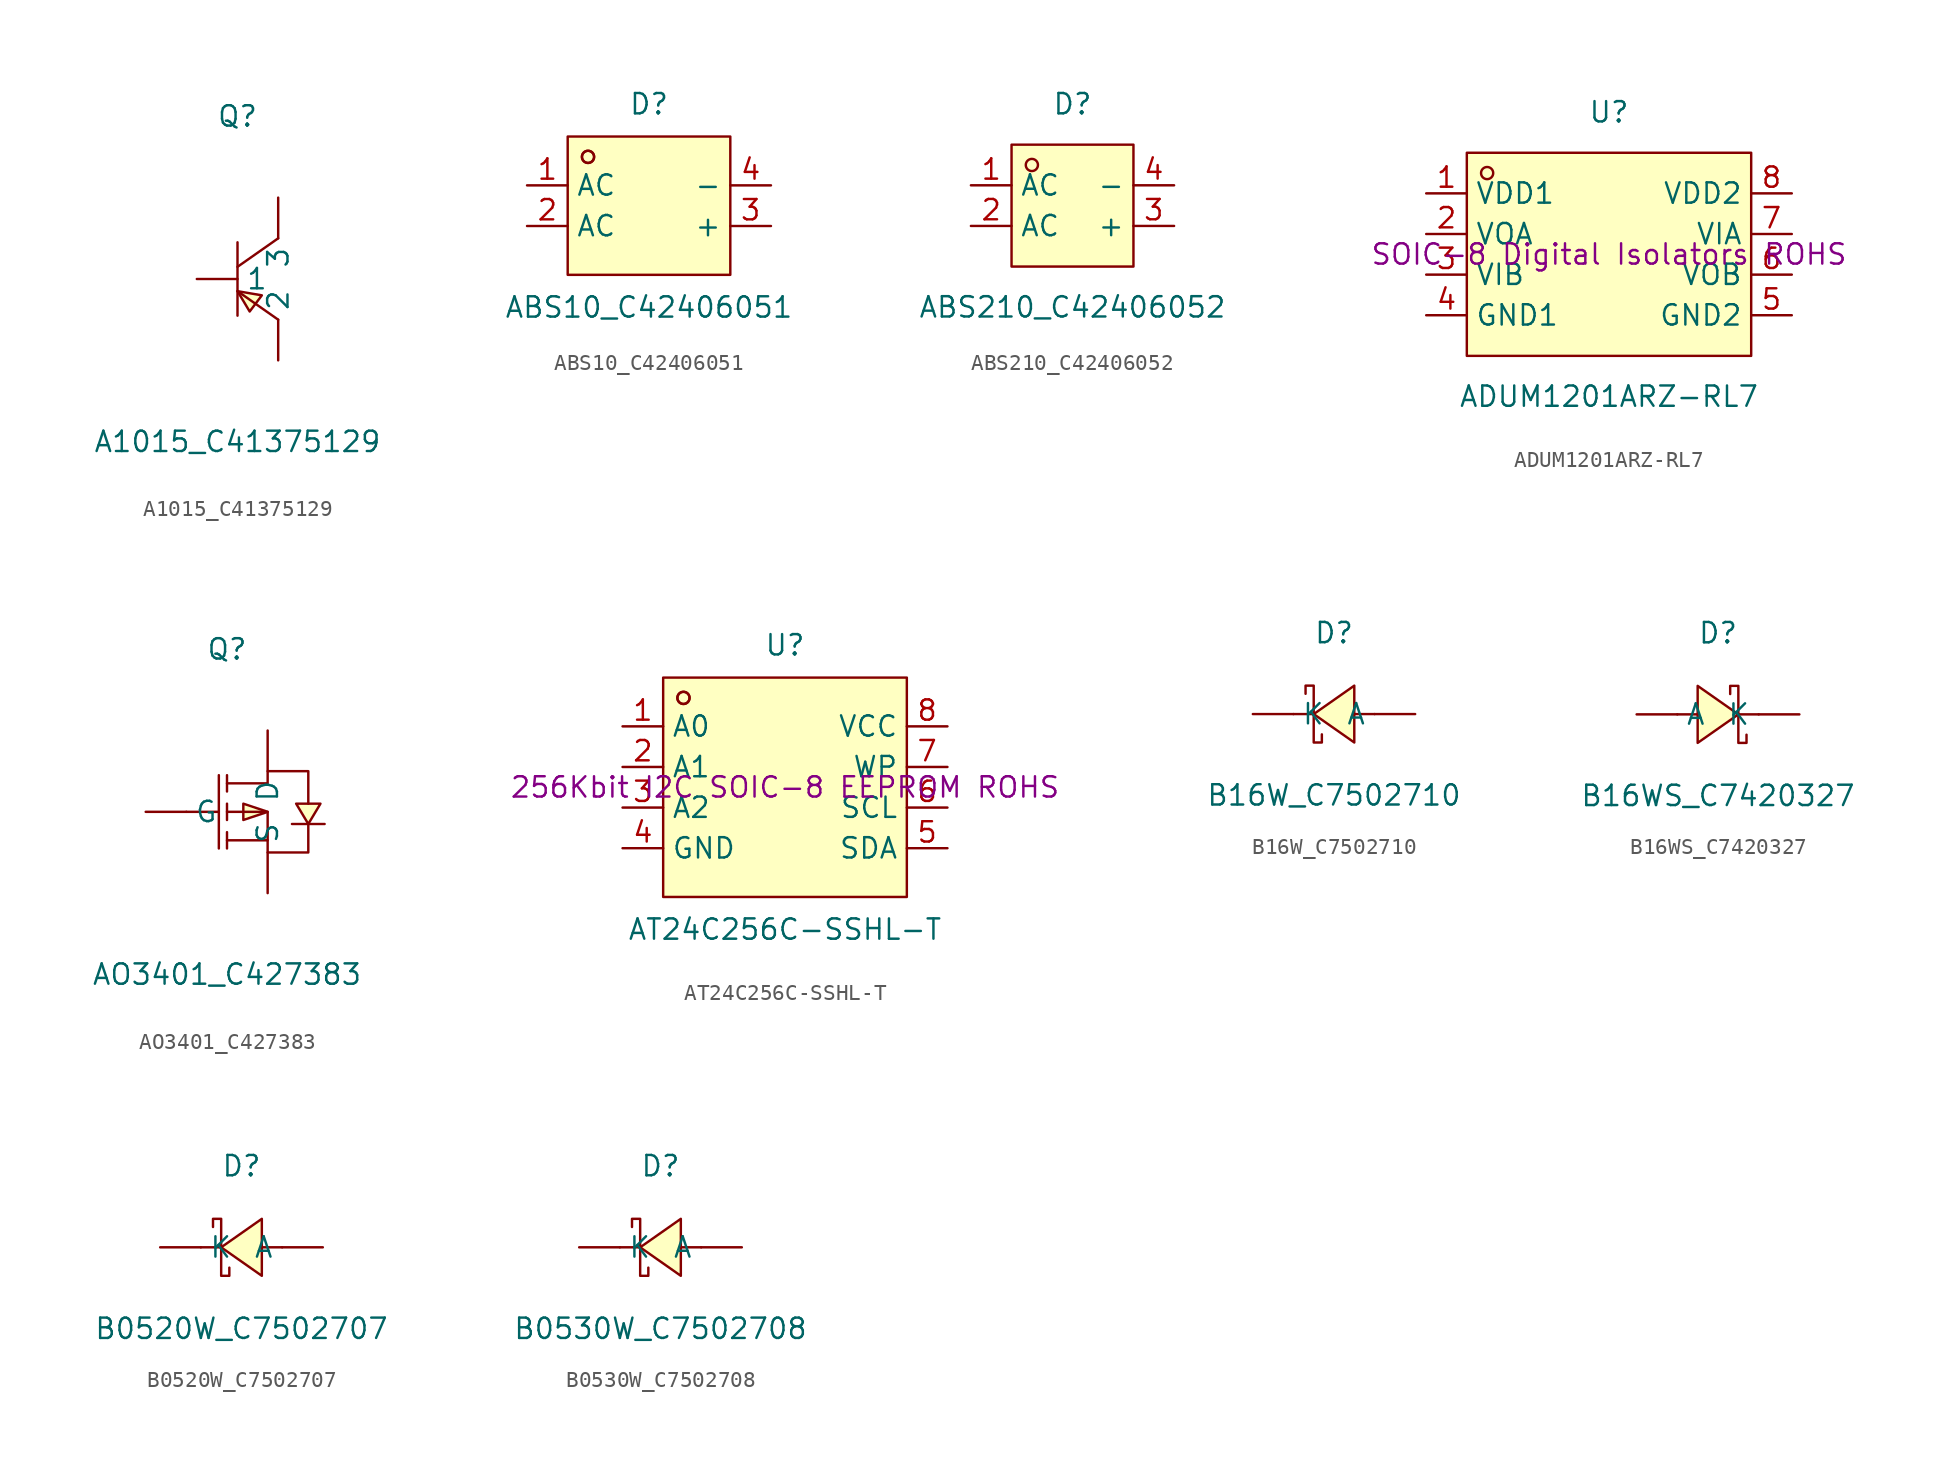
<source format=kicad_sym>
(kicad_symbol_lib
  (version 20241209)
  (generator "kicad_symbol_editor")
  (generator_version "9.0")
  (symbol "A1015_C41375129"
    (pin_numbers
      (hide yes))
    (property "Reference" "Q"
      (at 0 10.16 0)
      (effects (font (size 1.27 1.27))))
    (property "Value" "A1015_C41375129"
      (at 0 -10.16 0)
      (effects (font (size 1.27 1.27))))
    (symbol "A1015_C41375129_0_1"
      (polyline (pts (xy 0 2.29) (xy 0 -2.29)) (stroke (width 0) (type default)) (fill (type none)))
      (polyline (pts (xy 0 -0.76) (xy 2.54 -2.54)) (stroke (width 0) (type default)) (fill (type none)))
      (polyline (pts (xy 0 -0.76) (xy 0.76 -2.03) (xy 1.52 -1.02) (xy 0 -0.76)) (stroke (width 0) (type default)) (fill (type background)))
      (polyline (pts (xy 2.54 2.54) (xy 0 0.76)) (stroke (width 0) (type default)) (fill (type none)))
      (pin input line (at -2.54 0 0) (length 2.54) (name "1" (effects (font (size 1.27 1.27)))) (number "1" (effects (font (size 1.27 1.27)))))
      (pin input line (at 2.54 5.08 270) (length 2.54) (name "3" (effects (font (size 1.27 1.27)))) (number "3" (effects (font (size 1.27 1.27)))))
      (pin input line (at 2.54 -5.08 90) (length 2.54) (name "2" (effects (font (size 1.27 1.27)))) (number "2" (effects (font (size 1.27 1.27)))))))
  (symbol "ABS10_C42406051"
    (property "Reference" "D"
      (at 0 7.62 0)
      (effects (font (size 1.27 1.27))))
    (property "Value" "ABS10_C42406051"
      (at 0 -5.08 0)
      (effects (font (size 1.27 1.27))))
    (symbol "ABS10_C42406051_0_1"
      (rectangle (start -5.08 5.59) (end 5.08 -3.05) (stroke (width 0) (type default)) (fill (type background)))
      (circle (center -3.81 4.32) (radius 0.38) (stroke (width 0) (type default)) (fill (type none)))
      (circle (center -3.81 4.32) (radius 0.38) (stroke (width 0) (type default)) (fill (type none)))
      (pin unspecified line (at -7.62 2.54 0) (length 2.54) (name "AC" (effects (font (size 1.27 1.27)))) (number "1" (effects (font (size 1.27 1.27)))))
      (pin unspecified line (at -7.62 0 0) (length 2.54) (name "AC" (effects (font (size 1.27 1.27)))) (number "2" (effects (font (size 1.27 1.27)))))
      (pin unspecified line (at 7.62 2.54 180) (length 2.54) (name "-" (effects (font (size 1.27 1.27)))) (number "4" (effects (font (size 1.27 1.27)))))
      (pin unspecified line (at 7.62 0 180) (length 2.54) (name "+" (effects (font (size 1.27 1.27)))) (number "3" (effects (font (size 1.27 1.27)))))))
  (symbol "ABS210_C42406052"
    (property "Reference" "D"
      (at 0 6.35 0)
      (effects (font (size 1.27 1.27))))
    (property "Value" "ABS210_C42406052"
      (at 0 -6.35 0)
      (effects (font (size 1.27 1.27))))
    (symbol "ABS210_C42406052_0_1"
      (rectangle (start -3.81 3.81) (end 3.81 -3.81) (stroke (width 0) (type default)) (fill (type background)))
      (circle (center -2.54 2.54) (radius 0.38) (stroke (width 0) (type default)) (fill (type none)))
      (pin unspecified line (at -6.35 1.27 0) (length 2.54) (name "AC" (effects (font (size 1.27 1.27)))) (number "1" (effects (font (size 1.27 1.27)))))
      (pin unspecified line (at -6.35 -1.27 0) (length 2.54) (name "AC" (effects (font (size 1.27 1.27)))) (number "2" (effects (font (size 1.27 1.27)))))
      (pin unspecified line (at 6.35 1.27 180) (length 2.54) (name "-" (effects (font (size 1.27 1.27)))) (number "4" (effects (font (size 1.27 1.27)))))
      (pin unspecified line (at 6.35 -1.27 180) (length 2.54) (name "+" (effects (font (size 1.27 1.27)))) (number "3" (effects (font (size 1.27 1.27)))))))
  (symbol "ADUM1201ARZ-RL7"
    (property "Reference" "U"
      (at 0 8.89 0)
      (effects (font (size 1.27 1.27))))
    (property "Value" "ADUM1201ARZ-RL7"
      (at 0 -8.89 0)
      (effects (font (size 1.27 1.27))))
    (property "Description" "SOIC-8 Digital Isolators ROHS"
      (at 0 0 0)
      (effects (font (size 1.27 1.27))))
    (symbol "ADUM1201ARZ-RL7_0_1"
      (rectangle (start -8.89 6.35) (end 8.89 -6.35) (stroke (width 0) (type default)) (fill (type background)))
      (circle (center -7.62 5.08) (radius 0.38) (stroke (width 0) (type default)) (fill (type none)))
      (pin unspecified line (at -11.43 3.81 0) (length 2.54) (name "VDD1" (effects (font (size 1.27 1.27)))) (number "1" (effects (font (size 1.27 1.27)))))
      (pin unspecified line (at -11.43 1.27 0) (length 2.54) (name "VOA" (effects (font (size 1.27 1.27)))) (number "2" (effects (font (size 1.27 1.27)))))
      (pin unspecified line (at -11.43 -1.27 0) (length 2.54) (name "VIB" (effects (font (size 1.27 1.27)))) (number "3" (effects (font (size 1.27 1.27)))))
      (pin unspecified line (at -11.43 -3.81 0) (length 2.54) (name "GND1" (effects (font (size 1.27 1.27)))) (number "4" (effects (font (size 1.27 1.27)))))
      (pin unspecified line (at 11.43 3.81 180) (length 2.54) (name "VDD2" (effects (font (size 1.27 1.27)))) (number "8" (effects (font (size 1.27 1.27)))))
      (pin unspecified line (at 11.43 1.27 180) (length 2.54) (name "VIA" (effects (font (size 1.27 1.27)))) (number "7" (effects (font (size 1.27 1.27)))))
      (pin unspecified line (at 11.43 -1.27 180) (length 2.54) (name "VOB" (effects (font (size 1.27 1.27)))) (number "6" (effects (font (size 1.27 1.27)))))
      (pin unspecified line (at 11.43 -3.81 180) (length 2.54) (name "GND2" (effects (font (size 1.27 1.27)))) (number "5" (effects (font (size 1.27 1.27)))))))
  (symbol "AO3401_C427383"
    (pin_numbers
      (hide yes))
    (property "Reference" "Q"
      (at 0 10.16 0)
      (effects (font (size 1.27 1.27))))
    (property "Value" "AO3401_C427383"
      (at 0 -10.16 0)
      (effects (font (size 1.27 1.27))))
    (symbol "AO3401_C427383_0_1"
      (polyline (pts (xy -2.54 0) (xy -0.51 0)) (stroke (width 0) (type default)) (fill (type none)))
      (polyline (pts (xy -0.51 2.29) (xy -0.51 -2.29)) (stroke (width 0) (type default)) (fill (type none)))
      (polyline (pts (xy 0 2.29) (xy 0 1.27)) (stroke (width 0) (type default)) (fill (type none)))
      (polyline (pts (xy 0 1.78) (xy 2.54 1.78) (xy 2.54 2.54) (xy 5.08 2.54) (xy 5.08 0.51)) (stroke (width 0) (type default)) (fill (type none)))
      (polyline (pts (xy 0 0) (xy 2.54 0) (xy 2.54 -2.54) (xy 5.08 -2.54) (xy 5.08 -0.76)) (stroke (width 0) (type default)) (fill (type none)))
      (polyline (pts (xy 0 -0.51) (xy 0 0.51)) (stroke (width 0) (type default)) (fill (type none)))
      (polyline (pts (xy 0 -2.29) (xy 0 -1.27)) (stroke (width 0) (type default)) (fill (type none)))
      (polyline (pts (xy 2.54 0) (xy 1.02 -0.51) (xy 1.02 0.51) (xy 2.54 0)) (stroke (width 0) (type default)) (fill (type background)))
      (polyline (pts (xy 2.54 -1.78) (xy 0 -1.78)) (stroke (width 0) (type default)) (fill (type none)))
      (polyline (pts (xy 5.08 -0.76) (xy 4.32 0.51) (xy 5.84 0.51) (xy 5.08 -0.76)) (stroke (width 0) (type default)) (fill (type background)))
      (polyline (pts (xy 6.1 -0.76) (xy 5.59 -0.76) (xy 4.57 -0.76) (xy 4.06 -0.76)) (stroke (width 0) (type default)) (fill (type none)))
      (pin unspecified line (at -5.08 0 0) (length 2.54) (name "G" (effects (font (size 1.27 1.27)))) (number "1" (effects (font (size 1.27 1.27)))))
      (pin unspecified line (at 2.54 5.08 270) (length 2.54) (name "D" (effects (font (size 1.27 1.27)))) (number "3" (effects (font (size 1.27 1.27)))))
      (pin unspecified line (at 2.54 -5.08 90) (length 2.54) (name "S" (effects (font (size 1.27 1.27)))) (number "2" (effects (font (size 1.27 1.27)))))))
  (symbol "AT24C256C-SSHL-T"
    (property "Reference" "U"
      (at 0 8.89 0)
      (effects (font (size 1.27 1.27))))
    (property "Value" "AT24C256C-SSHL-T"
      (at 0 -8.89 0)
      (effects (font (size 1.27 1.27))))
    (property "Description" "256Kbit I2C SOIC-8 EEPROM ROHS"
      (at 0 0 0)
      (effects (font (size 1.27 1.27))))
    (symbol "AT24C256C-SSHL-T_0_1"
      (rectangle (start -7.62 6.86) (end 7.62 -6.86) (stroke (width 0) (type default)) (fill (type background)))
      (circle (center -6.35 5.59) (radius 0.38) (stroke (width 0) (type default)) (fill (type none)))
      (circle (center -6.35 5.59) (radius 0.38) (stroke (width 0) (type default)) (fill (type none)))
      (pin unspecified line (at -10.16 3.81 0) (length 2.54) (name "A0" (effects (font (size 1.27 1.27)))) (number "1" (effects (font (size 1.27 1.27)))))
      (pin unspecified line (at -10.16 1.27 0) (length 2.54) (name "A1" (effects (font (size 1.27 1.27)))) (number "2" (effects (font (size 1.27 1.27)))))
      (pin unspecified line (at -10.16 -1.27 0) (length 2.54) (name "A2" (effects (font (size 1.27 1.27)))) (number "3" (effects (font (size 1.27 1.27)))))
      (pin unspecified line (at -10.16 -3.81 0) (length 2.54) (name "GND" (effects (font (size 1.27 1.27)))) (number "4" (effects (font (size 1.27 1.27)))))
      (pin unspecified line (at 10.16 3.81 180) (length 2.54) (name "VCC" (effects (font (size 1.27 1.27)))) (number "8" (effects (font (size 1.27 1.27)))))
      (pin unspecified line (at 10.16 1.27 180) (length 2.54) (name "WP" (effects (font (size 1.27 1.27)))) (number "7" (effects (font (size 1.27 1.27)))))
      (pin unspecified line (at 10.16 -1.27 180) (length 2.54) (name "SCL" (effects (font (size 1.27 1.27)))) (number "6" (effects (font (size 1.27 1.27)))))
      (pin unspecified line (at 10.16 -3.81 180) (length 2.54) (name "SDA" (effects (font (size 1.27 1.27)))) (number "5" (effects (font (size 1.27 1.27)))))))
  (symbol "B16W_C7502710"
    (pin_numbers
      (hide yes))
    (property "Reference" "D"
      (at 0 5.08 0)
      (effects (font (size 1.27 1.27))))
    (property "Value" "B16W_C7502710"
      (at 0 -5.08 0)
      (effects (font (size 1.27 1.27))))
    (symbol "B16W_C7502710_0_1"
      (polyline (pts (xy -1.78 1.27) (xy -1.78 1.78) (xy -1.27 1.78) (xy -1.27 -1.78) (xy -0.76 -1.78) (xy -0.76 -1.27)) (stroke (width 0) (type default)) (fill (type none)))
      (polyline (pts (xy -1.27 0) (xy -2.54 0)) (stroke (width 0) (type default)) (fill (type none)))
      (polyline (pts (xy 1.27 1.78) (xy -1.27 0) (xy 1.27 -1.78) (xy 1.27 1.78)) (stroke (width 0) (type default)) (fill (type background)))
      (polyline (pts (xy 2.54 0) (xy 1.27 0)) (stroke (width 0) (type default)) (fill (type none)))
      (pin unspecified line (at -5.08 0 0) (length 2.54) (name "K" (effects (font (size 1.27 1.27)))) (number "1" (effects (font (size 1.27 1.27)))))
      (pin unspecified line (at 5.08 0 180) (length 2.54) (name "A" (effects (font (size 1.27 1.27)))) (number "2" (effects (font (size 1.27 1.27)))))))
  (symbol "B16WS_C7420327"
    (pin_numbers
      (hide yes))
    (property "Reference" "D"
      (at 0 5.08 0)
      (effects (font (size 1.27 1.27))))
    (property "Value" "B16WS_C7420327"
      (at 0 -5.08 0)
      (effects (font (size 1.27 1.27))))
    (symbol "B16WS_C7420327_0_1"
      (polyline (pts (xy -2.54 0) (xy -1.27 0)) (stroke (width 0) (type default)) (fill (type none)))
      (polyline (pts (xy -1.27 -1.78) (xy 1.27 0) (xy -1.27 1.78) (xy -1.27 -1.78)) (stroke (width 0) (type default)) (fill (type background)))
      (polyline (pts (xy 1.27 0) (xy 2.54 0)) (stroke (width 0) (type default)) (fill (type none)))
      (polyline (pts (xy 1.78 -1.27) (xy 1.78 -1.78) (xy 1.27 -1.78) (xy 1.27 1.78) (xy 0.76 1.78) (xy 0.76 1.27)) (stroke (width 0) (type default)) (fill (type none)))
      (pin unspecified line (at -5.08 0 0) (length 2.54) (name "A" (effects (font (size 1.27 1.27)))) (number "1" (effects (font (size 1.27 1.27)))))
      (pin unspecified line (at 5.08 0 180) (length 2.54) (name "K" (effects (font (size 1.27 1.27)))) (number "2" (effects (font (size 1.27 1.27)))))))
  (symbol "B0520W_C7502707"
    (pin_numbers
      (hide yes))
    (property "Reference" "D"
      (at 0 5.08 0)
      (effects (font (size 1.27 1.27))))
    (property "Value" "B0520W_C7502707"
      (at 0 -5.08 0)
      (effects (font (size 1.27 1.27))))
    (symbol "B0520W_C7502707_0_1"
      (polyline (pts (xy -1.78 1.27) (xy -1.78 1.78) (xy -1.27 1.78) (xy -1.27 -1.78) (xy -0.76 -1.78) (xy -0.76 -1.27)) (stroke (width 0) (type default)) (fill (type none)))
      (polyline (pts (xy -1.27 0) (xy -2.54 0)) (stroke (width 0) (type default)) (fill (type none)))
      (polyline (pts (xy 1.27 1.78) (xy -1.27 0) (xy 1.27 -1.78) (xy 1.27 1.78)) (stroke (width 0) (type default)) (fill (type background)))
      (polyline (pts (xy 2.54 0) (xy 1.27 0)) (stroke (width 0) (type default)) (fill (type none)))
      (pin unspecified line (at -5.08 0 0) (length 2.54) (name "K" (effects (font (size 1.27 1.27)))) (number "1" (effects (font (size 1.27 1.27)))))
      (pin unspecified line (at 5.08 0 180) (length 2.54) (name "A" (effects (font (size 1.27 1.27)))) (number "2" (effects (font (size 1.27 1.27)))))))
  (symbol "B0530W_C7502708"
    (pin_numbers
      (hide yes))
    (property "Reference" "D"
      (at 0 5.08 0)
      (effects (font (size 1.27 1.27))))
    (property "Value" "B0530W_C7502708"
      (at 0 -5.08 0)
      (effects (font (size 1.27 1.27))))
    (symbol "B0530W_C7502708_0_1"
      (polyline (pts (xy -1.78 1.27) (xy -1.78 1.78) (xy -1.27 1.78) (xy -1.27 -1.78) (xy -0.76 -1.78) (xy -0.76 -1.27)) (stroke (width 0) (type default)) (fill (type none)))
      (polyline (pts (xy -1.27 0) (xy -2.54 0)) (stroke (width 0) (type default)) (fill (type none)))
      (polyline (pts (xy 1.27 1.78) (xy -1.27 0) (xy 1.27 -1.78) (xy 1.27 1.78)) (stroke (width 0) (type default)) (fill (type background)))
      (polyline (pts (xy 2.54 0) (xy 1.27 0)) (stroke (width 0) (type default)) (fill (type none)))
      (pin unspecified line (at -5.08 0 0) (length 2.54) (name "K" (effects (font (size 1.27 1.27)))) (number "1" (effects (font (size 1.27 1.27)))))
      (pin unspecified line (at 5.08 0 180) (length 2.54) (name "A" (effects (font (size 1.27 1.27)))) (number "2" (effects (font (size 1.27 1.27))))))))
</source>
